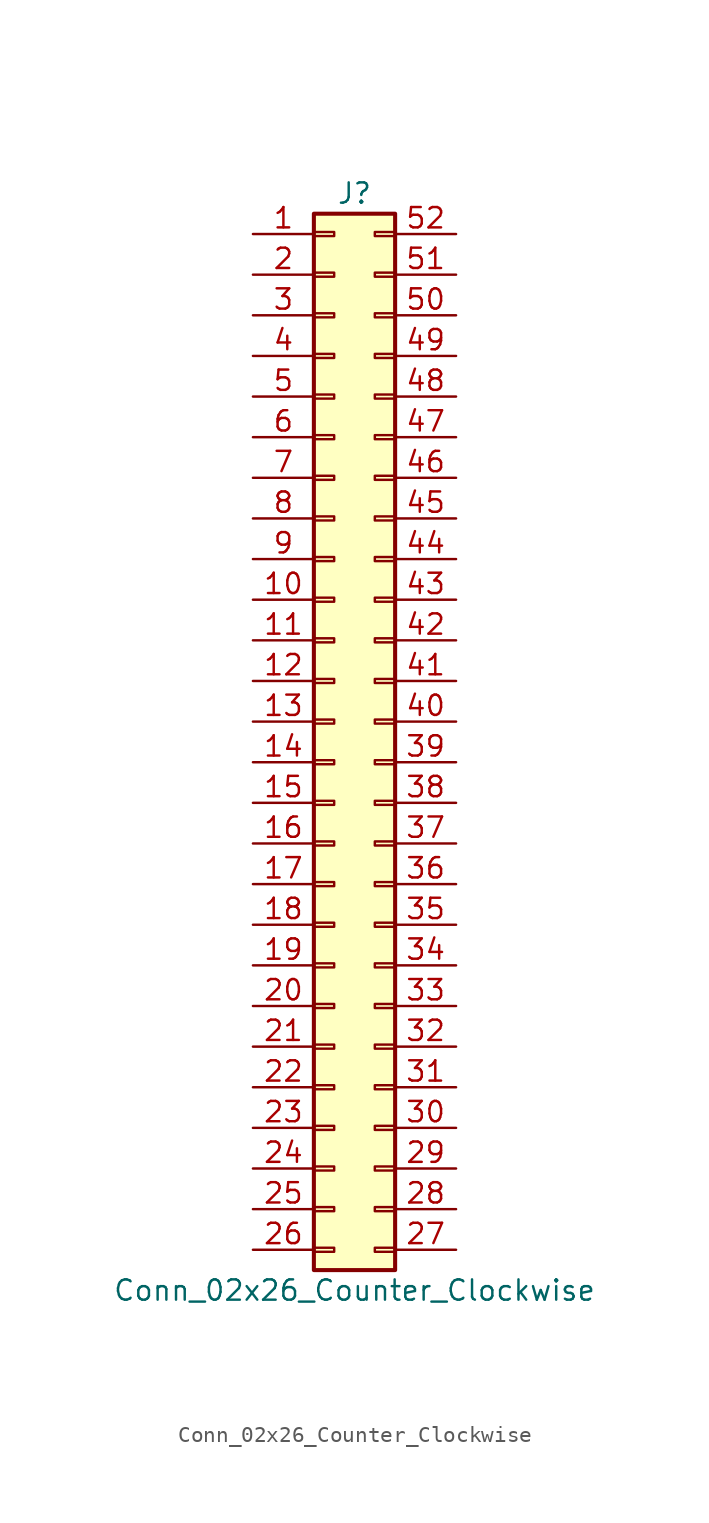
<source format=kicad_sym>
(kicad_symbol_lib
  (version 20201005)
  (generator kicad_symbol_editor)
  (symbol "Connector_Generic:Conn_02x26_Counter_Clockwise"
    (pin_names
      (offset 1.016) hide)
    (property "Reference" "J"
      (at 1.27 33.02 0)
      (effects (font (size 1.27 1.27))))
    (property "Value" "Conn_02x26_Counter_Clockwise"
      (at 1.27 -35.56 0)
      (effects (font (size 1.27 1.27))))
    (symbol "Conn_02x26_Counter_Clockwise_1_1"
      (rectangle (start -1.27 -27.813) (end 0 -28.067) (stroke (width 0.152)) (fill (type none)))
      (rectangle (start -1.27 -30.353) (end 0 -30.607) (stroke (width 0.152)) (fill (type none)))
      (rectangle (start -1.27 -32.893) (end 0 -33.147) (stroke (width 0.152)) (fill (type none)))
      (rectangle (start -1.27 -4.953) (end 0 -5.207) (stroke (width 0.152)) (fill (type none)))
      (rectangle (start -1.27 -7.493) (end 0 -7.747) (stroke (width 0.152)) (fill (type none)))
      (rectangle (start -1.27 -10.033) (end 0 -10.287) (stroke (width 0.152)) (fill (type none)))
      (rectangle (start -1.27 -12.573) (end 0 -12.827) (stroke (width 0.152)) (fill (type none)))
      (rectangle (start -1.27 -15.113) (end 0 -15.367) (stroke (width 0.152)) (fill (type none)))
      (rectangle (start -1.27 -17.653) (end 0 -17.907) (stroke (width 0.152)) (fill (type none)))
      (rectangle (start -1.27 -20.193) (end 0 -20.447) (stroke (width 0.152)) (fill (type none)))
      (rectangle (start -1.27 -22.733) (end 0 -22.987) (stroke (width 0.152)) (fill (type none)))
      (rectangle (start -1.27 -2.413) (end 0 -2.667) (stroke (width 0.152)) (fill (type none)))
      (rectangle (start -1.27 -25.273) (end 0 -25.527) (stroke (width 0.152)) (fill (type none)))
      (rectangle (start -1.27 25.527) (end 0 25.273) (stroke (width 0.152)) (fill (type none)))
      (rectangle (start -1.27 2.667) (end 0 2.413) (stroke (width 0.152)) (fill (type none)))
      (rectangle (start -1.27 28.067) (end 0 27.813) (stroke (width 0.152)) (fill (type none)))
      (rectangle (start -1.27 30.607) (end 0 30.353) (stroke (width 0.152)) (fill (type none)))
      (rectangle (start -1.27 31.75) (end 3.81 -34.29) (stroke (width 0.254)) (fill (type background)))
      (rectangle (start -1.27 5.207) (end 0 4.953) (stroke (width 0.152)) (fill (type none)))
      (rectangle (start -1.27 7.747) (end 0 7.493) (stroke (width 0.152)) (fill (type none)))
      (rectangle (start -1.27 10.287) (end 0 10.033) (stroke (width 0.152)) (fill (type none)))
      (rectangle (start -1.27 0.127) (end 0 -0.127) (stroke (width 0.152)) (fill (type none)))
      (rectangle (start -1.27 12.827) (end 0 12.573) (stroke (width 0.152)) (fill (type none)))
      (rectangle (start -1.27 15.367) (end 0 15.113) (stroke (width 0.152)) (fill (type none)))
      (rectangle (start -1.27 17.907) (end 0 17.653) (stroke (width 0.152)) (fill (type none)))
      (rectangle (start -1.27 20.447) (end 0 20.193) (stroke (width 0.152)) (fill (type none)))
      (rectangle (start -1.27 22.987) (end 0 22.733) (stroke (width 0.152)) (fill (type none)))
      (rectangle (start 3.81 -27.813) (end 2.54 -28.067) (stroke (width 0.152)) (fill (type none)))
      (rectangle (start 3.81 -30.353) (end 2.54 -30.607) (stroke (width 0.152)) (fill (type none)))
      (rectangle (start 3.81 -32.893) (end 2.54 -33.147) (stroke (width 0.152)) (fill (type none)))
      (rectangle (start 3.81 -4.953) (end 2.54 -5.207) (stroke (width 0.152)) (fill (type none)))
      (rectangle (start 3.81 -7.493) (end 2.54 -7.747) (stroke (width 0.152)) (fill (type none)))
      (rectangle (start 3.81 -10.033) (end 2.54 -10.287) (stroke (width 0.152)) (fill (type none)))
      (rectangle (start 3.81 -12.573) (end 2.54 -12.827) (stroke (width 0.152)) (fill (type none)))
      (rectangle (start 3.81 -15.113) (end 2.54 -15.367) (stroke (width 0.152)) (fill (type none)))
      (rectangle (start 3.81 -17.653) (end 2.54 -17.907) (stroke (width 0.152)) (fill (type none)))
      (rectangle (start 3.81 -20.193) (end 2.54 -20.447) (stroke (width 0.152)) (fill (type none)))
      (rectangle (start 3.81 -22.733) (end 2.54 -22.987) (stroke (width 0.152)) (fill (type none)))
      (rectangle (start 3.81 -2.413) (end 2.54 -2.667) (stroke (width 0.152)) (fill (type none)))
      (rectangle (start 3.81 -25.273) (end 2.54 -25.527) (stroke (width 0.152)) (fill (type none)))
      (rectangle (start 3.81 25.527) (end 2.54 25.273) (stroke (width 0.152)) (fill (type none)))
      (rectangle (start 3.81 2.667) (end 2.54 2.413) (stroke (width 0.152)) (fill (type none)))
      (rectangle (start 3.81 28.067) (end 2.54 27.813) (stroke (width 0.152)) (fill (type none)))
      (rectangle (start 3.81 30.607) (end 2.54 30.353) (stroke (width 0.152)) (fill (type none)))
      (rectangle (start 3.81 5.207) (end 2.54 4.953) (stroke (width 0.152)) (fill (type none)))
      (rectangle (start 3.81 7.747) (end 2.54 7.493) (stroke (width 0.152)) (fill (type none)))
      (rectangle (start 3.81 10.287) (end 2.54 10.033) (stroke (width 0.152)) (fill (type none)))
      (rectangle (start 3.81 0.127) (end 2.54 -0.127) (stroke (width 0.152)) (fill (type none)))
      (rectangle (start 3.81 12.827) (end 2.54 12.573) (stroke (width 0.152)) (fill (type none)))
      (rectangle (start 3.81 15.367) (end 2.54 15.113) (stroke (width 0.152)) (fill (type none)))
      (rectangle (start 3.81 17.907) (end 2.54 17.653) (stroke (width 0.152)) (fill (type none)))
      (rectangle (start 3.81 20.447) (end 2.54 20.193) (stroke (width 0.152)) (fill (type none)))
      (rectangle (start 3.81 22.987) (end 2.54 22.733) (stroke (width 0.152)) (fill (type none)))
      (pin passive line (at -5.08 30.48 0) (length 3.81) (name "Pin_1" (effects (font (size 1.27 1.27)))) (number "1" (effects (font (size 1.27 1.27)))))
      (pin passive line (at -5.08 7.62 0) (length 3.81) (name "Pin_10" (effects (font (size 1.27 1.27)))) (number "10" (effects (font (size 1.27 1.27)))))
      (pin passive line (at -5.08 5.08 0) (length 3.81) (name "Pin_11" (effects (font (size 1.27 1.27)))) (number "11" (effects (font (size 1.27 1.27)))))
      (pin passive line (at -5.08 2.54 0) (length 3.81) (name "Pin_12" (effects (font (size 1.27 1.27)))) (number "12" (effects (font (size 1.27 1.27)))))
      (pin passive line (at -5.08 0 0) (length 3.81) (name "Pin_13" (effects (font (size 1.27 1.27)))) (number "13" (effects (font (size 1.27 1.27)))))
      (pin passive line (at -5.08 -2.54 0) (length 3.81) (name "Pin_14" (effects (font (size 1.27 1.27)))) (number "14" (effects (font (size 1.27 1.27)))))
      (pin passive line (at -5.08 -5.08 0) (length 3.81) (name "Pin_15" (effects (font (size 1.27 1.27)))) (number "15" (effects (font (size 1.27 1.27)))))
      (pin passive line (at -5.08 -7.62 0) (length 3.81) (name "Pin_16" (effects (font (size 1.27 1.27)))) (number "16" (effects (font (size 1.27 1.27)))))
      (pin passive line (at -5.08 -10.16 0) (length 3.81) (name "Pin_17" (effects (font (size 1.27 1.27)))) (number "17" (effects (font (size 1.27 1.27)))))
      (pin passive line (at -5.08 -12.7 0) (length 3.81) (name "Pin_18" (effects (font (size 1.27 1.27)))) (number "18" (effects (font (size 1.27 1.27)))))
      (pin passive line (at -5.08 -15.24 0) (length 3.81) (name "Pin_19" (effects (font (size 1.27 1.27)))) (number "19" (effects (font (size 1.27 1.27)))))
      (pin passive line (at -5.08 27.94 0) (length 3.81) (name "Pin_2" (effects (font (size 1.27 1.27)))) (number "2" (effects (font (size 1.27 1.27)))))
      (pin passive line (at -5.08 -17.78 0) (length 3.81) (name "Pin_20" (effects (font (size 1.27 1.27)))) (number "20" (effects (font (size 1.27 1.27)))))
      (pin passive line (at -5.08 -20.32 0) (length 3.81) (name "Pin_21" (effects (font (size 1.27 1.27)))) (number "21" (effects (font (size 1.27 1.27)))))
      (pin passive line (at -5.08 -22.86 0) (length 3.81) (name "Pin_22" (effects (font (size 1.27 1.27)))) (number "22" (effects (font (size 1.27 1.27)))))
      (pin passive line (at -5.08 -25.4 0) (length 3.81) (name "Pin_23" (effects (font (size 1.27 1.27)))) (number "23" (effects (font (size 1.27 1.27)))))
      (pin passive line (at -5.08 -27.94 0) (length 3.81) (name "Pin_24" (effects (font (size 1.27 1.27)))) (number "24" (effects (font (size 1.27 1.27)))))
      (pin passive line (at -5.08 -30.48 0) (length 3.81) (name "Pin_25" (effects (font (size 1.27 1.27)))) (number "25" (effects (font (size 1.27 1.27)))))
      (pin passive line (at -5.08 -33.02 0) (length 3.81) (name "Pin_26" (effects (font (size 1.27 1.27)))) (number "26" (effects (font (size 1.27 1.27)))))
      (pin passive line (at 7.62 -33.02 180) (length 3.81) (name "Pin_27" (effects (font (size 1.27 1.27)))) (number "27" (effects (font (size 1.27 1.27)))))
      (pin passive line (at 7.62 -30.48 180) (length 3.81) (name "Pin_28" (effects (font (size 1.27 1.27)))) (number "28" (effects (font (size 1.27 1.27)))))
      (pin passive line (at 7.62 -27.94 180) (length 3.81) (name "Pin_29" (effects (font (size 1.27 1.27)))) (number "29" (effects (font (size 1.27 1.27)))))
      (pin passive line (at -5.08 25.4 0) (length 3.81) (name "Pin_3" (effects (font (size 1.27 1.27)))) (number "3" (effects (font (size 1.27 1.27)))))
      (pin passive line (at 7.62 -25.4 180) (length 3.81) (name "Pin_30" (effects (font (size 1.27 1.27)))) (number "30" (effects (font (size 1.27 1.27)))))
      (pin passive line (at 7.62 -22.86 180) (length 3.81) (name "Pin_31" (effects (font (size 1.27 1.27)))) (number "31" (effects (font (size 1.27 1.27)))))
      (pin passive line (at 7.62 -20.32 180) (length 3.81) (name "Pin_32" (effects (font (size 1.27 1.27)))) (number "32" (effects (font (size 1.27 1.27)))))
      (pin passive line (at 7.62 -17.78 180) (length 3.81) (name "Pin_33" (effects (font (size 1.27 1.27)))) (number "33" (effects (font (size 1.27 1.27)))))
      (pin passive line (at 7.62 -15.24 180) (length 3.81) (name "Pin_34" (effects (font (size 1.27 1.27)))) (number "34" (effects (font (size 1.27 1.27)))))
      (pin passive line (at 7.62 -12.7 180) (length 3.81) (name "Pin_35" (effects (font (size 1.27 1.27)))) (number "35" (effects (font (size 1.27 1.27)))))
      (pin passive line (at 7.62 -10.16 180) (length 3.81) (name "Pin_36" (effects (font (size 1.27 1.27)))) (number "36" (effects (font (size 1.27 1.27)))))
      (pin passive line (at 7.62 -7.62 180) (length 3.81) (name "Pin_37" (effects (font (size 1.27 1.27)))) (number "37" (effects (font (size 1.27 1.27)))))
      (pin passive line (at 7.62 -5.08 180) (length 3.81) (name "Pin_38" (effects (font (size 1.27 1.27)))) (number "38" (effects (font (size 1.27 1.27)))))
      (pin passive line (at 7.62 -2.54 180) (length 3.81) (name "Pin_39" (effects (font (size 1.27 1.27)))) (number "39" (effects (font (size 1.27 1.27)))))
      (pin passive line (at -5.08 22.86 0) (length 3.81) (name "Pin_4" (effects (font (size 1.27 1.27)))) (number "4" (effects (font (size 1.27 1.27)))))
      (pin passive line (at 7.62 0 180) (length 3.81) (name "Pin_40" (effects (font (size 1.27 1.27)))) (number "40" (effects (font (size 1.27 1.27)))))
      (pin passive line (at 7.62 2.54 180) (length 3.81) (name "Pin_41" (effects (font (size 1.27 1.27)))) (number "41" (effects (font (size 1.27 1.27)))))
      (pin passive line (at 7.62 5.08 180) (length 3.81) (name "Pin_42" (effects (font (size 1.27 1.27)))) (number "42" (effects (font (size 1.27 1.27)))))
      (pin passive line (at 7.62 7.62 180) (length 3.81) (name "Pin_43" (effects (font (size 1.27 1.27)))) (number "43" (effects (font (size 1.27 1.27)))))
      (pin passive line (at 7.62 10.16 180) (length 3.81) (name "Pin_44" (effects (font (size 1.27 1.27)))) (number "44" (effects (font (size 1.27 1.27)))))
      (pin passive line (at 7.62 12.7 180) (length 3.81) (name "Pin_45" (effects (font (size 1.27 1.27)))) (number "45" (effects (font (size 1.27 1.27)))))
      (pin passive line (at 7.62 15.24 180) (length 3.81) (name "Pin_46" (effects (font (size 1.27 1.27)))) (number "46" (effects (font (size 1.27 1.27)))))
      (pin passive line (at 7.62 17.78 180) (length 3.81) (name "Pin_47" (effects (font (size 1.27 1.27)))) (number "47" (effects (font (size 1.27 1.27)))))
      (pin passive line (at 7.62 20.32 180) (length 3.81) (name "Pin_48" (effects (font (size 1.27 1.27)))) (number "48" (effects (font (size 1.27 1.27)))))
      (pin passive line (at 7.62 22.86 180) (length 3.81) (name "Pin_49" (effects (font (size 1.27 1.27)))) (number "49" (effects (font (size 1.27 1.27)))))
      (pin passive line (at -5.08 20.32 0) (length 3.81) (name "Pin_5" (effects (font (size 1.27 1.27)))) (number "5" (effects (font (size 1.27 1.27)))))
      (pin passive line (at 7.62 25.4 180) (length 3.81) (name "Pin_50" (effects (font (size 1.27 1.27)))) (number "50" (effects (font (size 1.27 1.27)))))
      (pin passive line (at 7.62 27.94 180) (length 3.81) (name "Pin_51" (effects (font (size 1.27 1.27)))) (number "51" (effects (font (size 1.27 1.27)))))
      (pin passive line (at 7.62 30.48 180) (length 3.81) (name "Pin_52" (effects (font (size 1.27 1.27)))) (number "52" (effects (font (size 1.27 1.27)))))
      (pin passive line (at -5.08 17.78 0) (length 3.81) (name "Pin_6" (effects (font (size 1.27 1.27)))) (number "6" (effects (font (size 1.27 1.27)))))
      (pin passive line (at -5.08 15.24 0) (length 3.81) (name "Pin_7" (effects (font (size 1.27 1.27)))) (number "7" (effects (font (size 1.27 1.27)))))
      (pin passive line (at -5.08 12.7 0) (length 3.81) (name "Pin_8" (effects (font (size 1.27 1.27)))) (number "8" (effects (font (size 1.27 1.27)))))
      (pin passive line (at -5.08 10.16 0) (length 3.81) (name "Pin_9" (effects (font (size 1.27 1.27)))) (number "9" (effects (font (size 1.27 1.27))))))))
</source>
